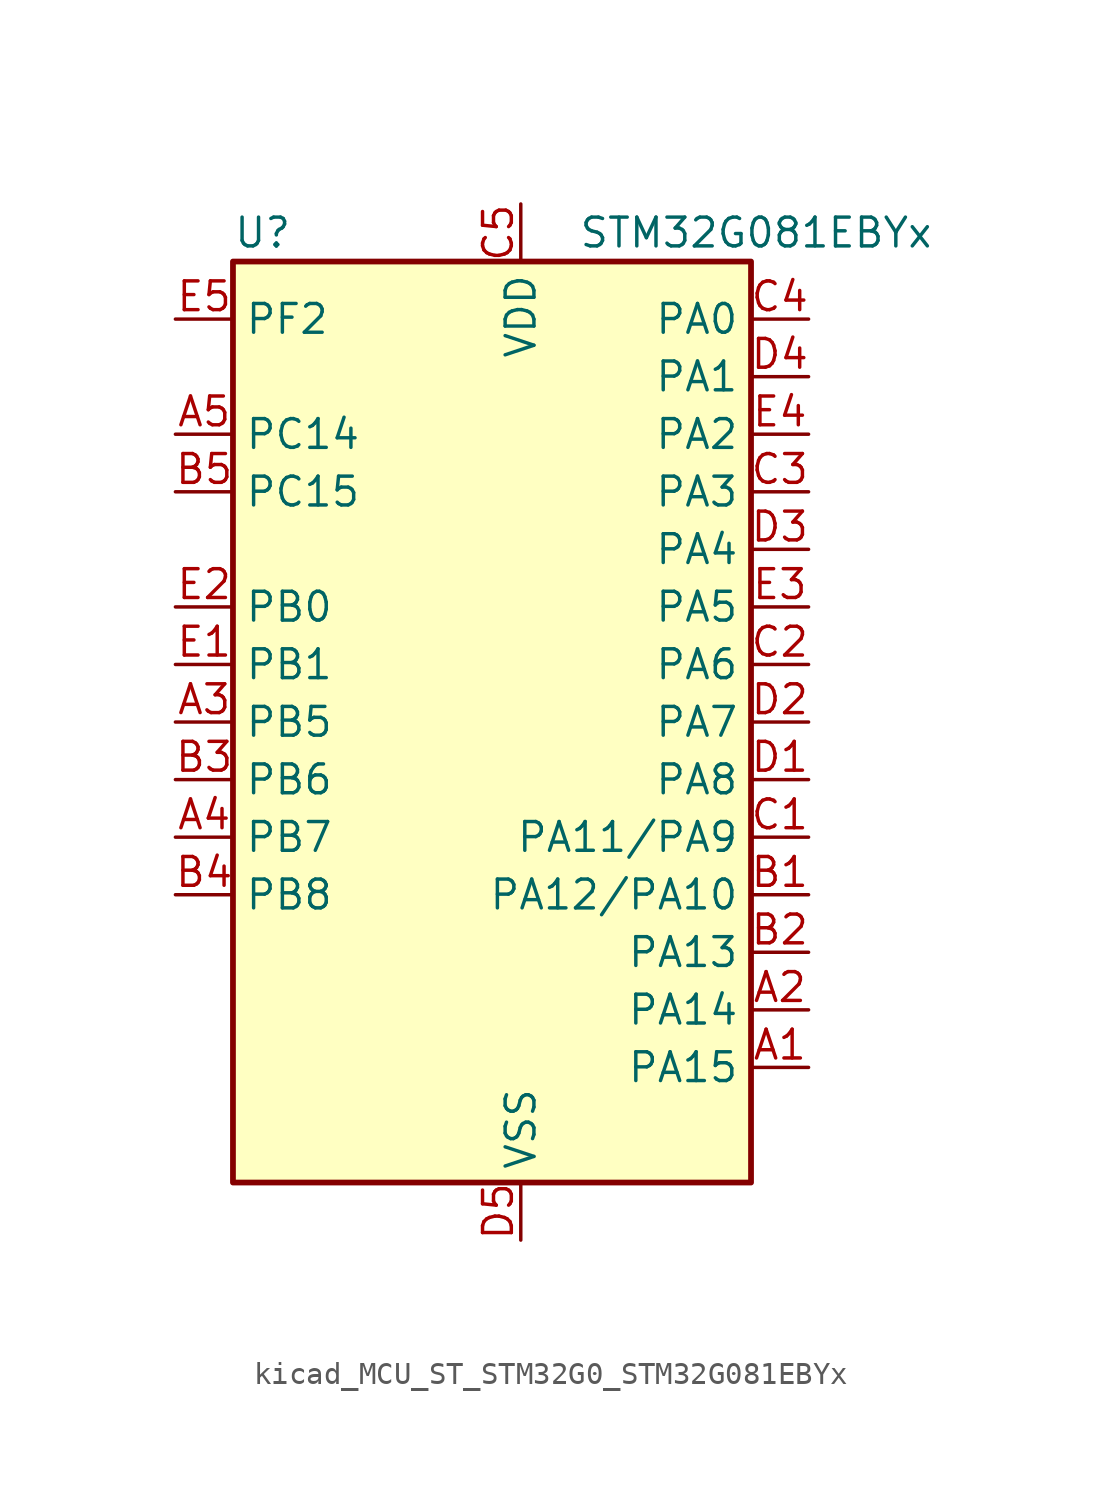
<source format=kicad_sym>
(kicad_symbol_lib
  (version 20220914)
  (generator kicad_symbol_editor)
  (symbol "kicad_MCU_ST_STM32G0_STM32G081EBYx"
    (property "Reference" "U"
      (at -10.16 21.59 0)
      (effects (font (size 1.27 1.27)) (justify left)))
    (property "Value" "STM32G081EBYx"
      (at 5.08 21.59 0)
      (effects (font (size 1.27 1.27)) (justify left)))
    (property "ki_locked" ""
      (at 0 0 0)
      (effects (font (size 1.27 1.27))))
    (symbol "kicad_MCU_ST_STM32G0_STM32G081EBYx_0_1"
      (rectangle (start -10.16 -20.32) (end 12.7 20.32) (stroke (width 0.254) (type default)) (fill (type background))))
    (symbol "kicad_MCU_ST_STM32G0_STM32G081EBYx_1_1"
      (pin bidirectional line (at 15.24 -15.24 180) (length 2.54) (name "PA15" (effects (font (size 1.27 1.27)))) (number "A1" (effects (font (size 1.27 1.27)))) (alternate "I2S1_WS" bidirectional line) (alternate "SPI1_NSS" bidirectional line) (alternate "TIM2_CH1" bidirectional line) (alternate "TIM2_ETR" bidirectional line) (alternate "USART2_RX" bidirectional line) (alternate "USART3_CK" bidirectional line) (alternate "USART3_DE" bidirectional line) (alternate "USART3_RTS" bidirectional line) (alternate "USART4_CK" bidirectional line) (alternate "USART4_DE" bidirectional line) (alternate "USART4_RTS" bidirectional line))
      (pin bidirectional line (at 15.24 -12.7 180) (length 2.54) (name "PA14" (effects (font (size 1.27 1.27)))) (number "A2" (effects (font (size 1.27 1.27)))) (alternate "SYS_SWCLK" bidirectional line) (alternate "USART2_TX" bidirectional line))
      (pin bidirectional line (at -12.7 0 0) (length 2.54) (name "PB5" (effects (font (size 1.27 1.27)))) (number "A3" (effects (font (size 1.27 1.27)))) (alternate "COMP2_OUT" bidirectional line) (alternate "I2C1_SMBA" bidirectional line) (alternate "I2S1_SD" bidirectional line) (alternate "LPTIM1_IN1" bidirectional line) (alternate "SPI1_MOSI" bidirectional line) (alternate "SYS_WKUP6" bidirectional line) (alternate "TIM16_BK" bidirectional line) (alternate "TIM3_CH2" bidirectional line))
      (pin bidirectional line (at -12.7 -5.08 0) (length 2.54) (name "PB7" (effects (font (size 1.27 1.27)))) (number "A4" (effects (font (size 1.27 1.27)))) (alternate "COMP2_INM" bidirectional line) (alternate "I2C1_SDA" bidirectional line) (alternate "LPTIM1_IN2" bidirectional line) (alternate "SPI2_MOSI" bidirectional line) (alternate "SYS_PVD_IN" bidirectional line) (alternate "TIM17_CH1N" bidirectional line) (alternate "USART1_RX" bidirectional line) (alternate "USART4_CTS" bidirectional line) (alternate "USART4_NSS" bidirectional line))
      (pin bidirectional line (at -12.7 12.7 0) (length 2.54) (name "PC14" (effects (font (size 1.27 1.27)))) (number "A5" (effects (font (size 1.27 1.27)))) (alternate "RCC_OSC32_IN" bidirectional line) (alternate "RCC_OSC_IN" bidirectional line) (alternate "TIM1_BK2" bidirectional line))
      (pin bidirectional line (at 15.24 -7.62 180) (length 2.54) (name "PA12/PA10" (effects (font (size 1.27 1.27)))) (number "B1" (effects (font (size 1.27 1.27)))) (alternate "COMP2_OUT" bidirectional line) (alternate "I2C2_SDA" bidirectional line) (alternate "I2S1_SD" bidirectional line) (alternate "I2S_CKIN" bidirectional line) (alternate "SPI1_MOSI" bidirectional line) (alternate "TIM1_ETR" bidirectional line) (alternate "USART1_CK" bidirectional line) (alternate "USART1_DE" bidirectional line) (alternate "USART1_RTS" bidirectional line))
      (pin bidirectional line (at 15.24 -10.16 180) (length 2.54) (name "PA13" (effects (font (size 1.27 1.27)))) (number "B2" (effects (font (size 1.27 1.27)))) (alternate "IR_OUT" bidirectional line) (alternate "SYS_SWDIO" bidirectional line))
      (pin bidirectional line (at -12.7 -2.54 0) (length 2.54) (name "PB6" (effects (font (size 1.27 1.27)))) (number "B3" (effects (font (size 1.27 1.27)))) (alternate "COMP2_INP" bidirectional line) (alternate "I2C1_SCL" bidirectional line) (alternate "LPTIM1_ETR" bidirectional line) (alternate "SPI2_MISO" bidirectional line) (alternate "TIM16_CH1N" bidirectional line) (alternate "TIM1_CH3" bidirectional line) (alternate "USART1_TX" bidirectional line))
      (pin bidirectional line (at -12.7 -7.62 0) (length 2.54) (name "PB8" (effects (font (size 1.27 1.27)))) (number "B4" (effects (font (size 1.27 1.27)))) (alternate "CEC" bidirectional line) (alternate "I2C1_SCL" bidirectional line) (alternate "SPI2_SCK" bidirectional line) (alternate "TIM15_BK" bidirectional line) (alternate "TIM16_CH1" bidirectional line) (alternate "USART3_TX" bidirectional line))
      (pin bidirectional line (at -12.7 10.16 0) (length 2.54) (name "PC15" (effects (font (size 1.27 1.27)))) (number "B5" (effects (font (size 1.27 1.27)))) (alternate "RCC_OSC32_EN" bidirectional line) (alternate "RCC_OSC32_OUT" bidirectional line) (alternate "RCC_OSC_EN" bidirectional line) (alternate "TIM15_BK" bidirectional line))
      (pin bidirectional line (at 15.24 -5.08 180) (length 2.54) (name "PA11/PA9" (effects (font (size 1.27 1.27)))) (number "C1" (effects (font (size 1.27 1.27)))) (alternate "ADC1_EXTI11" bidirectional line) (alternate "COMP1_OUT" bidirectional line) (alternate "I2C2_SCL" bidirectional line) (alternate "I2S1_MCK" bidirectional line) (alternate "SPI1_MISO" bidirectional line) (alternate "TIM1_BK2" bidirectional line) (alternate "TIM1_CH4" bidirectional line) (alternate "USART1_CTS" bidirectional line) (alternate "USART1_NSS" bidirectional line))
      (pin bidirectional line (at 15.24 2.54 180) (length 2.54) (name "PA6" (effects (font (size 1.27 1.27)))) (number "C2" (effects (font (size 1.27 1.27)))) (alternate "ADC1_IN6" bidirectional line) (alternate "COMP1_OUT" bidirectional line) (alternate "I2S1_MCK" bidirectional line) (alternate "LPUART1_CTS" bidirectional line) (alternate "SPI1_MISO" bidirectional line) (alternate "TIM16_CH1" bidirectional line) (alternate "TIM1_BK" bidirectional line) (alternate "TIM3_CH1" bidirectional line) (alternate "USART3_CTS" bidirectional line) (alternate "USART3_NSS" bidirectional line))
      (pin bidirectional line (at 15.24 10.16 180) (length 2.54) (name "PA3" (effects (font (size 1.27 1.27)))) (number "C3" (effects (font (size 1.27 1.27)))) (alternate "ADC1_IN3" bidirectional line) (alternate "COMP2_INP" bidirectional line) (alternate "LPUART1_RX" bidirectional line) (alternate "SPI2_MISO" bidirectional line) (alternate "TIM15_CH2" bidirectional line) (alternate "TIM2_CH4" bidirectional line) (alternate "USART2_RX" bidirectional line))
      (pin bidirectional line (at 15.24 17.78 180) (length 2.54) (name "PA0" (effects (font (size 1.27 1.27)))) (number "C4" (effects (font (size 1.27 1.27)))) (alternate "ADC1_IN0" bidirectional line) (alternate "COMP1_INM" bidirectional line) (alternate "COMP1_OUT" bidirectional line) (alternate "LPTIM1_OUT" bidirectional line) (alternate "RTC_TAMP_IN2" bidirectional line) (alternate "SPI2_SCK" bidirectional line) (alternate "SYS_WKUP1" bidirectional line) (alternate "TIM2_CH1" bidirectional line) (alternate "TIM2_ETR" bidirectional line) (alternate "USART2_CTS" bidirectional line) (alternate "USART2_NSS" bidirectional line) (alternate "USART4_TX" bidirectional line))
      (pin power_in line (at 2.54 22.86 270) (length 2.54) (name "VDD" (effects (font (size 1.27 1.27)))) (number "C5" (effects (font (size 1.27 1.27)))))
      (pin bidirectional line (at 15.24 -2.54 180) (length 2.54) (name "PA8" (effects (font (size 1.27 1.27)))) (number "D1" (effects (font (size 1.27 1.27)))) (alternate "LPTIM2_OUT" bidirectional line) (alternate "RCC_MCO" bidirectional line) (alternate "SPI2_NSS" bidirectional line) (alternate "TIM1_CH1" bidirectional line) (alternate "UCPD1_CC1" bidirectional line))
      (pin bidirectional line (at 15.24 0 180) (length 2.54) (name "PA7" (effects (font (size 1.27 1.27)))) (number "D2" (effects (font (size 1.27 1.27)))) (alternate "ADC1_IN7" bidirectional line) (alternate "COMP2_OUT" bidirectional line) (alternate "I2S1_SD" bidirectional line) (alternate "SPI1_MOSI" bidirectional line) (alternate "TIM14_CH1" bidirectional line) (alternate "TIM17_CH1" bidirectional line) (alternate "TIM1_CH1N" bidirectional line) (alternate "TIM3_CH2" bidirectional line) (alternate "UCPD1_FRSTX1" bidirectional line) (alternate "UCPD1_FRSTX2" bidirectional line))
      (pin bidirectional line (at 15.24 7.62 180) (length 2.54) (name "PA4" (effects (font (size 1.27 1.27)))) (number "D3" (effects (font (size 1.27 1.27)))) (alternate "ADC1_IN4" bidirectional line) (alternate "DAC1_OUT1" bidirectional line) (alternate "I2S1_WS" bidirectional line) (alternate "LPTIM2_OUT" bidirectional line) (alternate "RTC_OUT_ALARM" bidirectional line) (alternate "RTC_OUT_CALIB" bidirectional line) (alternate "RTC_TAMP_IN1" bidirectional line) (alternate "RTC_TS" bidirectional line) (alternate "SPI1_NSS" bidirectional line) (alternate "SPI2_MOSI" bidirectional line) (alternate "SYS_WKUP2" bidirectional line) (alternate "TIM14_CH1" bidirectional line))
      (pin bidirectional line (at 15.24 15.24 180) (length 2.54) (name "PA1" (effects (font (size 1.27 1.27)))) (number "D4" (effects (font (size 1.27 1.27)))) (alternate "ADC1_IN1" bidirectional line) (alternate "COMP1_INP" bidirectional line) (alternate "I2C1_SMBA" bidirectional line) (alternate "I2S1_CK" bidirectional line) (alternate "SPI1_SCK" bidirectional line) (alternate "TIM15_CH1N" bidirectional line) (alternate "TIM2_CH2" bidirectional line) (alternate "USART2_CK" bidirectional line) (alternate "USART2_DE" bidirectional line) (alternate "USART2_RTS" bidirectional line) (alternate "USART4_RX" bidirectional line))
      (pin power_in line (at 2.54 -22.86 90) (length 2.54) (name "VSS" (effects (font (size 1.27 1.27)))) (number "D5" (effects (font (size 1.27 1.27)))))
      (pin bidirectional line (at -12.7 2.54 0) (length 2.54) (name "PB1" (effects (font (size 1.27 1.27)))) (number "E1" (effects (font (size 1.27 1.27)))) (alternate "ADC1_IN9" bidirectional line) (alternate "COMP1_INM" bidirectional line) (alternate "LPTIM2_IN1" bidirectional line) (alternate "LPUART1_DE" bidirectional line) (alternate "LPUART1_RTS" bidirectional line) (alternate "TIM14_CH1" bidirectional line) (alternate "TIM1_CH3N" bidirectional line) (alternate "TIM3_CH4" bidirectional line) (alternate "USART3_CK" bidirectional line) (alternate "USART3_DE" bidirectional line) (alternate "USART3_RTS" bidirectional line))
      (pin bidirectional line (at -12.7 5.08 0) (length 2.54) (name "PB0" (effects (font (size 1.27 1.27)))) (number "E2" (effects (font (size 1.27 1.27)))) (alternate "ADC1_IN8" bidirectional line) (alternate "COMP1_OUT" bidirectional line) (alternate "I2S1_WS" bidirectional line) (alternate "LPTIM1_OUT" bidirectional line) (alternate "SPI1_NSS" bidirectional line) (alternate "TIM1_CH2N" bidirectional line) (alternate "TIM3_CH3" bidirectional line) (alternate "UCPD1_FRSTX1" bidirectional line) (alternate "UCPD1_FRSTX2" bidirectional line) (alternate "USART3_RX" bidirectional line))
      (pin bidirectional line (at 15.24 5.08 180) (length 2.54) (name "PA5" (effects (font (size 1.27 1.27)))) (number "E3" (effects (font (size 1.27 1.27)))) (alternate "ADC1_IN5" bidirectional line) (alternate "CEC" bidirectional line) (alternate "DAC1_OUT2" bidirectional line) (alternate "I2S1_CK" bidirectional line) (alternate "LPTIM2_ETR" bidirectional line) (alternate "SPI1_SCK" bidirectional line) (alternate "TIM2_CH1" bidirectional line) (alternate "TIM2_ETR" bidirectional line) (alternate "UCPD1_FRSTX1" bidirectional line) (alternate "UCPD1_FRSTX2" bidirectional line) (alternate "USART3_TX" bidirectional line))
      (pin bidirectional line (at 15.24 12.7 180) (length 2.54) (name "PA2" (effects (font (size 1.27 1.27)))) (number "E4" (effects (font (size 1.27 1.27)))) (alternate "ADC1_IN2" bidirectional line) (alternate "COMP2_INM" bidirectional line) (alternate "COMP2_OUT" bidirectional line) (alternate "I2S1_SD" bidirectional line) (alternate "LPUART1_TX" bidirectional line) (alternate "RCC_LSCO" bidirectional line) (alternate "SPI1_MOSI" bidirectional line) (alternate "SYS_WKUP4" bidirectional line) (alternate "TIM15_CH1" bidirectional line) (alternate "TIM2_CH3" bidirectional line) (alternate "UCPD1_FRSTX1" bidirectional line) (alternate "UCPD1_FRSTX2" bidirectional line) (alternate "USART2_TX" bidirectional line))
      (pin bidirectional line (at -12.7 17.78 0) (length 2.54) (name "PF2" (effects (font (size 1.27 1.27)))) (number "E5" (effects (font (size 1.27 1.27)))) (alternate "RCC_MCO" bidirectional line)))))
</source>
